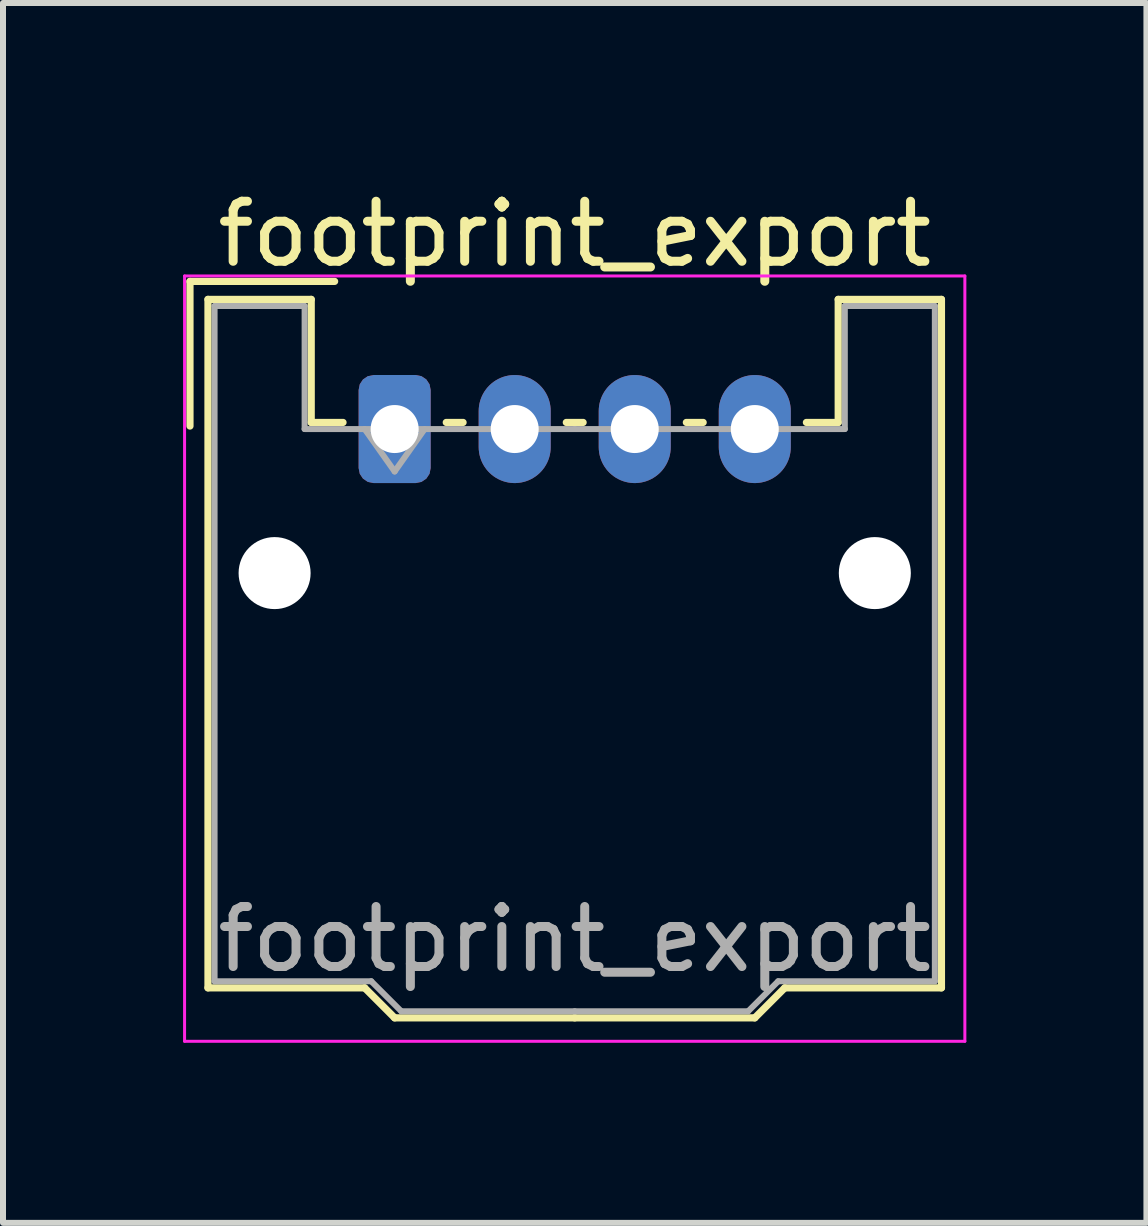
<source format=kicad_pcb>
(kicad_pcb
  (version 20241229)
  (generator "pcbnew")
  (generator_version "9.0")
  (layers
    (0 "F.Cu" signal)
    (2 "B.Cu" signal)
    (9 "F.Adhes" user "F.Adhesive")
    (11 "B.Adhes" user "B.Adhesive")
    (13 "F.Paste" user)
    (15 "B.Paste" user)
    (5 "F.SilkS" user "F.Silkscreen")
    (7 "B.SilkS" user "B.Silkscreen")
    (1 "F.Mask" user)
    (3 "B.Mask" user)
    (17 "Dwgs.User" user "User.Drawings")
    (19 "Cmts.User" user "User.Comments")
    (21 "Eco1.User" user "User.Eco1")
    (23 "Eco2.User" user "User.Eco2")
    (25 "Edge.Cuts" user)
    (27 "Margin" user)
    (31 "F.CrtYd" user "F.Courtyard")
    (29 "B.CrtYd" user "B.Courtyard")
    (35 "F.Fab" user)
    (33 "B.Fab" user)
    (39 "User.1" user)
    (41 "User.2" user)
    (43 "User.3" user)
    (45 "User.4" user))
  (footprint "footprint_export"
    (layer "F.Cu")
    (at 3.525 4.098)
    (property "Reference" "footprint_export" (at 3 -3.25 0) (layer "F.SilkS") (effects (font (size 1 1) (thickness 0.15))))
    (attr through_hole)
    (fp_line (start -3.41 -2.46) (end -1 -2.46) (stroke (width 0.12) (type solid)) (layer "F.SilkS"))
    (fp_line (start -3.41 -0.05) (end -3.41 -2.46) (stroke (width 0.12) (type solid)) (layer "F.SilkS"))
    (fp_line (start -3.11 -2.16) (end -1.39 -2.16) (stroke (width 0.12) (type solid)) (layer "F.SilkS"))
    (fp_line (start -3.11 9.31) (end -3.11 -2.16) (stroke (width 0.12) (type solid)) (layer "F.SilkS"))
    (fp_line (start -1.39 -2.16) (end -1.39 -0.11) (stroke (width 0.12) (type solid)) (layer "F.SilkS"))
    (fp_line (start -1.39 -0.11) (end -0.86 -0.11) (stroke (width 0.12) (type solid)) (layer "F.SilkS"))
    (fp_line (start -0.5 9.31) (end -3.11 9.31) (stroke (width 0.12) (type solid)) (layer "F.SilkS"))
    (fp_line (start 0 9.81) (end -0.5 9.31) (stroke (width 0.12) (type solid)) (layer "F.SilkS"))
    (fp_line (start 0.86 -0.11) (end 1.14 -0.11) (stroke (width 0.12) (type solid)) (layer "F.SilkS"))
    (fp_line (start 2.86 -0.11) (end 3.14 -0.11) (stroke (width 0.12) (type solid)) (layer "F.SilkS"))
    (fp_line (start 3 9.81) (end 0 9.81) (stroke (width 0.12) (type solid)) (layer "F.SilkS"))
    (fp_line (start 3 9.81) (end 6 9.81) (stroke (width 0.12) (type solid)) (layer "F.SilkS"))
    (fp_line (start 4.86 -0.11) (end 5.14 -0.11) (stroke (width 0.12) (type solid)) (layer "F.SilkS"))
    (fp_line (start 6 9.81) (end 6.5 9.31) (stroke (width 0.12) (type solid)) (layer "F.SilkS"))
    (fp_line (start 6.5 9.31) (end 9.11 9.31) (stroke (width 0.12) (type solid)) (layer "F.SilkS"))
    (fp_line (start 7.39 -2.16) (end 7.39 -0.11) (stroke (width 0.12) (type solid)) (layer "F.SilkS"))
    (fp_line (start 7.39 -0.11) (end 6.86 -0.11) (stroke (width 0.12) (type solid)) (layer "F.SilkS"))
    (fp_line (start 9.11 -2.16) (end 7.39 -2.16) (stroke (width 0.12) (type solid)) (layer "F.SilkS"))
    (fp_line (start 9.11 9.31) (end 9.11 -2.16) (stroke (width 0.12) (type solid)) (layer "F.SilkS"))
    (fp_line (start -3.5 -2.55) (end -3.5 10.2) (stroke (width 0.05) (type solid)) (layer "F.CrtYd"))
    (fp_line (start -3.5 10.2) (end 9.5 10.2) (stroke (width 0.05) (type solid)) (layer "F.CrtYd"))
    (fp_line (start 9.5 -2.55) (end -3.5 -2.55) (stroke (width 0.05) (type solid)) (layer "F.CrtYd"))
    (fp_line (start 9.5 10.2) (end 9.5 -2.55) (stroke (width 0.05) (type solid)) (layer "F.CrtYd"))
    (fp_line (start -3 -2.05) (end -1.5 -2.05) (stroke (width 0.1) (type solid)) (layer "F.Fab"))
    (fp_line (start -3 9.2) (end -3 -2.05) (stroke (width 0.1) (type solid)) (layer "F.Fab"))
    (fp_line (start -1.5 -2.05) (end -1.5 0) (stroke (width 0.1) (type solid)) (layer "F.Fab"))
    (fp_line (start -1.5 0) (end 3 0) (stroke (width 0.1) (type solid)) (layer "F.Fab"))
    (fp_line (start -0.5 0) (end 0 0.707) (stroke (width 0.1) (type solid)) (layer "F.Fab"))
    (fp_line (start -0.39 9.2) (end -3 9.2) (stroke (width 0.1) (type solid)) (layer "F.Fab"))
    (fp_line (start 0 0.707) (end 0.5 0) (stroke (width 0.1) (type solid)) (layer "F.Fab"))
    (fp_line (start 0.11 9.7) (end -0.39 9.2) (stroke (width 0.1) (type solid)) (layer "F.Fab"))
    (fp_line (start 3 9.7) (end 0.11 9.7) (stroke (width 0.1) (type solid)) (layer "F.Fab"))
    (fp_line (start 3 9.7) (end 5.89 9.7) (stroke (width 0.1) (type solid)) (layer "F.Fab"))
    (fp_line (start 5.89 9.7) (end 6.39 9.2) (stroke (width 0.1) (type solid)) (layer "F.Fab"))
    (fp_line (start 6.39 9.2) (end 9 9.2) (stroke (width 0.1) (type solid)) (layer "F.Fab"))
    (fp_line (start 7.5 -2.05) (end 7.5 0) (stroke (width 0.1) (type solid)) (layer "F.Fab"))
    (fp_line (start 7.5 0) (end 3 0) (stroke (width 0.1) (type solid)) (layer "F.Fab"))
    (fp_line (start 9 -2.05) (end 7.5 -2.05) (stroke (width 0.1) (type solid)) (layer "F.Fab"))
    (fp_line (start 9 9.2) (end 9 -2.05) (stroke (width 0.1) (type solid)) (layer "F.Fab"))
    (fp_text user "${REFERENCE}" (at 3 8.5 0) (layer "F.Fab") (effects (font (size 1 1) (thickness 0.15))))
    (pad "" np_thru_hole circle (at -2 2.4) (size 1.2 1.2) (drill 1.2) (layers "*.Cu" "*.Mask"))
    (pad "" np_thru_hole circle (at 8 2.4) (size 1.2 1.2) (drill 1.2) (layers "*.Cu" "*.Mask"))
    (pad "1" thru_hole roundrect (at 0 0) (size 1.2 1.8) (drill 0.8) (layers "*.Cu" "*.Mask") (roundrect_rratio 0.208))
    (pad "2" thru_hole oval (at 2 0) (size 1.2 1.8) (drill 0.8) (layers "*.Cu" "*.Mask"))
    (pad "3" thru_hole oval (at 4 0) (size 1.2 1.8) (drill 0.8) (layers "*.Cu" "*.Mask"))
    (pad "4" thru_hole oval (at 6 0) (size 1.2 1.8) (drill 0.8) (layers "*.Cu" "*.Mask")))
  (gr_rect
    (start -3 -3)
    (end 16.05 17.323)
    (stroke (width 0.1) (type default))
    (fill no)
    (layer "Edge.Cuts")))
</source>
